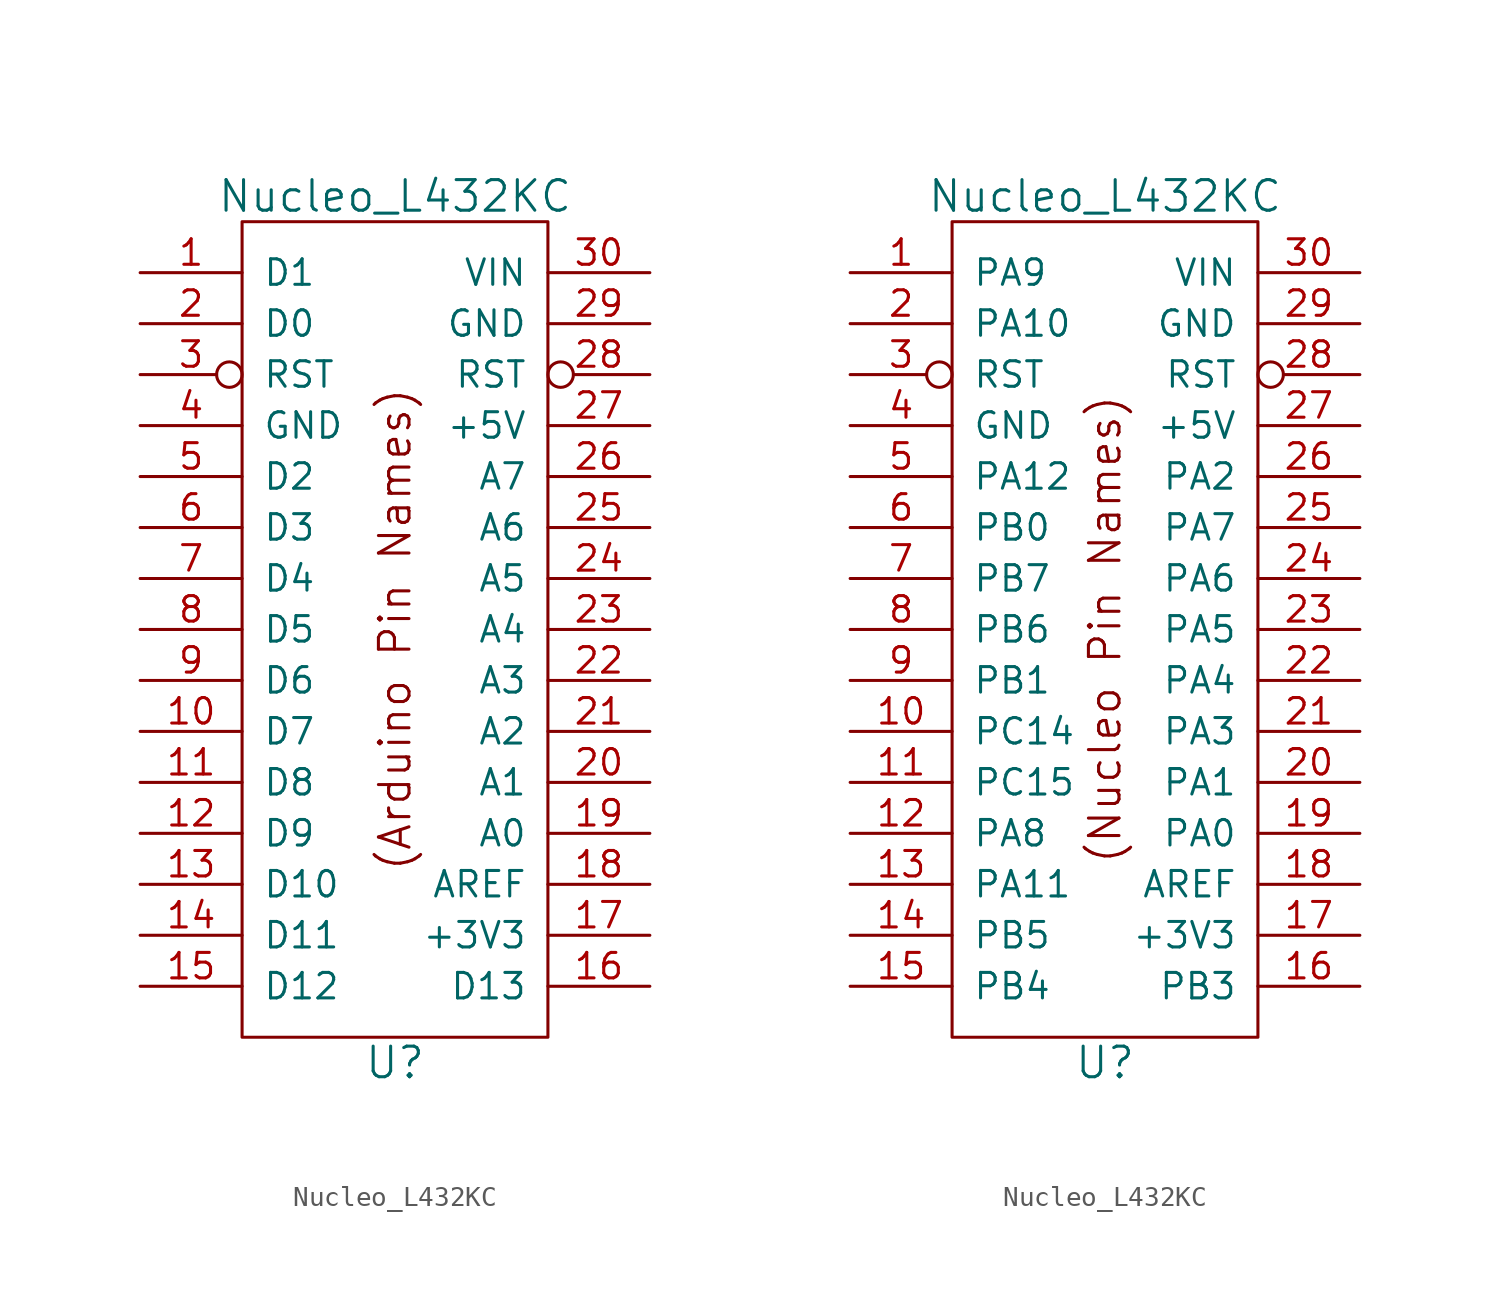
<source format=kicad_sym>
(kicad_symbol_lib
  (version 20231120)
  (generator "kicad_symbol_editor")
  (generator_version "8.0")
  (symbol "Nucleo_L432KC"
    (pin_names
      (offset 1.016))
    (property "Reference" "U"
      (at 0 -21.59 0)
      (effects (font (size 1.524 1.524))))
    (property "Value" "Nucleo_L432KC"
      (at 0 21.59 0)
      (effects (font (size 1.524 1.524))))
    (symbol "Nucleo_L432KC_0_0"
      (rectangle (start -7.62 20.32) (end 7.62 -20.32) (stroke (width 0) (type solid)) (fill (type none))))
    (symbol "Nucleo_L432KC_0_1"
      (text "(Arduino Pin Names)" (at 0 0 900) (effects (font (size 1.524 1.524)))))
    (symbol "Nucleo_L432KC_0_2"
      (text "(Nucleo Pin Names)" (at 0 0 900) (effects (font (size 1.524 1.524)))))
    (symbol "Nucleo_L432KC_1_1"
      (pin bidirectional line (at -12.7 17.78 0) (length 5.08) (name "D1" (effects (font (size 1.27 1.27)))) (number "1" (effects (font (size 1.27 1.27)))))
      (pin bidirectional line (at -12.7 -5.08 0) (length 5.08) (name "D7" (effects (font (size 1.27 1.27)))) (number "10" (effects (font (size 1.27 1.27)))))
      (pin bidirectional line (at -12.7 -7.62 0) (length 5.08) (name "D8" (effects (font (size 1.27 1.27)))) (number "11" (effects (font (size 1.27 1.27)))))
      (pin bidirectional line (at -12.7 -10.16 0) (length 5.08) (name "D9" (effects (font (size 1.27 1.27)))) (number "12" (effects (font (size 1.27 1.27)))))
      (pin bidirectional line (at -12.7 -12.7 0) (length 5.08) (name "D10" (effects (font (size 1.27 1.27)))) (number "13" (effects (font (size 1.27 1.27)))))
      (pin bidirectional line (at -12.7 -15.24 0) (length 5.08) (name "D11" (effects (font (size 1.27 1.27)))) (number "14" (effects (font (size 1.27 1.27)))))
      (pin bidirectional line (at -12.7 -17.78 0) (length 5.08) (name "D12" (effects (font (size 1.27 1.27)))) (number "15" (effects (font (size 1.27 1.27)))))
      (pin bidirectional line (at 12.7 -17.78 180) (length 5.08) (name "D13" (effects (font (size 1.27 1.27)))) (number "16" (effects (font (size 1.27 1.27)))))
      (pin power_out line (at 12.7 -15.24 180) (length 5.08) (name "+3V3" (effects (font (size 1.27 1.27)))) (number "17" (effects (font (size 1.27 1.27)))))
      (pin input line (at 12.7 -12.7 180) (length 5.08) (name "AREF" (effects (font (size 1.27 1.27)))) (number "18" (effects (font (size 1.27 1.27)))))
      (pin bidirectional line (at 12.7 -10.16 180) (length 5.08) (name "A0" (effects (font (size 1.27 1.27)))) (number "19" (effects (font (size 1.27 1.27)))))
      (pin bidirectional line (at -12.7 15.24 0) (length 5.08) (name "D0" (effects (font (size 1.27 1.27)))) (number "2" (effects (font (size 1.27 1.27)))))
      (pin bidirectional line (at 12.7 -7.62 180) (length 5.08) (name "A1" (effects (font (size 1.27 1.27)))) (number "20" (effects (font (size 1.27 1.27)))))
      (pin bidirectional line (at 12.7 -5.08 180) (length 5.08) (name "A2" (effects (font (size 1.27 1.27)))) (number "21" (effects (font (size 1.27 1.27)))))
      (pin bidirectional line (at 12.7 -2.54 180) (length 5.08) (name "A3" (effects (font (size 1.27 1.27)))) (number "22" (effects (font (size 1.27 1.27)))))
      (pin bidirectional line (at 12.7 0 180) (length 5.08) (name "A4" (effects (font (size 1.27 1.27)))) (number "23" (effects (font (size 1.27 1.27)))))
      (pin bidirectional line (at 12.7 2.54 180) (length 5.08) (name "A5" (effects (font (size 1.27 1.27)))) (number "24" (effects (font (size 1.27 1.27)))))
      (pin bidirectional line (at 12.7 5.08 180) (length 5.08) (name "A6" (effects (font (size 1.27 1.27)))) (number "25" (effects (font (size 1.27 1.27)))))
      (pin bidirectional line (at 12.7 7.62 180) (length 5.08) (name "A7" (effects (font (size 1.27 1.27)))) (number "26" (effects (font (size 1.27 1.27)))))
      (pin power_out line (at 12.7 10.16 180) (length 5.08) (name "+5V" (effects (font (size 1.27 1.27)))) (number "27" (effects (font (size 1.27 1.27)))))
      (pin input inverted (at 12.7 12.7 180) (length 5.08) (name "RST" (effects (font (size 1.27 1.27)))) (number "28" (effects (font (size 1.27 1.27)))))
      (pin power_in line (at 12.7 15.24 180) (length 5.08) (name "GND" (effects (font (size 1.27 1.27)))) (number "29" (effects (font (size 1.27 1.27)))))
      (pin input inverted (at -12.7 12.7 0) (length 5.08) (name "RST" (effects (font (size 1.27 1.27)))) (number "3" (effects (font (size 1.27 1.27)))))
      (pin power_in line (at 12.7 17.78 180) (length 5.08) (name "VIN" (effects (font (size 1.27 1.27)))) (number "30" (effects (font (size 1.27 1.27)))))
      (pin power_in line (at -12.7 10.16 0) (length 5.08) (name "GND" (effects (font (size 1.27 1.27)))) (number "4" (effects (font (size 1.27 1.27)))))
      (pin bidirectional line (at -12.7 7.62 0) (length 5.08) (name "D2" (effects (font (size 1.27 1.27)))) (number "5" (effects (font (size 1.27 1.27)))))
      (pin bidirectional line (at -12.7 5.08 0) (length 5.08) (name "D3" (effects (font (size 1.27 1.27)))) (number "6" (effects (font (size 1.27 1.27)))))
      (pin bidirectional line (at -12.7 2.54 0) (length 5.08) (name "D4" (effects (font (size 1.27 1.27)))) (number "7" (effects (font (size 1.27 1.27)))))
      (pin bidirectional line (at -12.7 0 0) (length 5.08) (name "D5" (effects (font (size 1.27 1.27)))) (number "8" (effects (font (size 1.27 1.27)))))
      (pin bidirectional line (at -12.7 -2.54 0) (length 5.08) (name "D6" (effects (font (size 1.27 1.27)))) (number "9" (effects (font (size 1.27 1.27))))))
    (symbol "Nucleo_L432KC_1_2"
      (pin bidirectional line (at -12.7 17.78 0) (length 5.08) (name "PA9" (effects (font (size 1.27 1.27)))) (number "1" (effects (font (size 1.27 1.27)))))
      (pin bidirectional line (at -12.7 -5.08 0) (length 5.08) (name "PC14" (effects (font (size 1.27 1.27)))) (number "10" (effects (font (size 1.27 1.27)))))
      (pin bidirectional line (at -12.7 -7.62 0) (length 5.08) (name "PC15" (effects (font (size 1.27 1.27)))) (number "11" (effects (font (size 1.27 1.27)))))
      (pin bidirectional line (at -12.7 -10.16 0) (length 5.08) (name "PA8" (effects (font (size 1.27 1.27)))) (number "12" (effects (font (size 1.27 1.27)))))
      (pin bidirectional line (at -12.7 -12.7 0) (length 5.08) (name "PA11" (effects (font (size 1.27 1.27)))) (number "13" (effects (font (size 1.27 1.27)))))
      (pin bidirectional line (at -12.7 -15.24 0) (length 5.08) (name "PB5" (effects (font (size 1.27 1.27)))) (number "14" (effects (font (size 1.27 1.27)))))
      (pin bidirectional line (at -12.7 -17.78 0) (length 5.08) (name "PB4" (effects (font (size 1.27 1.27)))) (number "15" (effects (font (size 1.27 1.27)))))
      (pin bidirectional line (at 12.7 -17.78 180) (length 5.08) (name "PB3" (effects (font (size 1.27 1.27)))) (number "16" (effects (font (size 1.27 1.27)))))
      (pin power_out line (at 12.7 -15.24 180) (length 5.08) (name "+3V3" (effects (font (size 1.27 1.27)))) (number "17" (effects (font (size 1.27 1.27)))))
      (pin input line (at 12.7 -12.7 180) (length 5.08) (name "AREF" (effects (font (size 1.27 1.27)))) (number "18" (effects (font (size 1.27 1.27)))))
      (pin bidirectional line (at 12.7 -10.16 180) (length 5.08) (name "PA0" (effects (font (size 1.27 1.27)))) (number "19" (effects (font (size 1.27 1.27)))))
      (pin bidirectional line (at -12.7 15.24 0) (length 5.08) (name "PA10" (effects (font (size 1.27 1.27)))) (number "2" (effects (font (size 1.27 1.27)))))
      (pin bidirectional line (at 12.7 -7.62 180) (length 5.08) (name "PA1" (effects (font (size 1.27 1.27)))) (number "20" (effects (font (size 1.27 1.27)))))
      (pin bidirectional line (at 12.7 -5.08 180) (length 5.08) (name "PA3" (effects (font (size 1.27 1.27)))) (number "21" (effects (font (size 1.27 1.27)))))
      (pin bidirectional line (at 12.7 -2.54 180) (length 5.08) (name "PA4" (effects (font (size 1.27 1.27)))) (number "22" (effects (font (size 1.27 1.27)))))
      (pin bidirectional line (at 12.7 0 180) (length 5.08) (name "PA5" (effects (font (size 1.27 1.27)))) (number "23" (effects (font (size 1.27 1.27)))))
      (pin bidirectional line (at 12.7 2.54 180) (length 5.08) (name "PA6" (effects (font (size 1.27 1.27)))) (number "24" (effects (font (size 1.27 1.27)))))
      (pin bidirectional line (at 12.7 5.08 180) (length 5.08) (name "PA7" (effects (font (size 1.27 1.27)))) (number "25" (effects (font (size 1.27 1.27)))))
      (pin bidirectional line (at 12.7 7.62 180) (length 5.08) (name "PA2" (effects (font (size 1.27 1.27)))) (number "26" (effects (font (size 1.27 1.27)))))
      (pin power_out line (at 12.7 10.16 180) (length 5.08) (name "+5V" (effects (font (size 1.27 1.27)))) (number "27" (effects (font (size 1.27 1.27)))))
      (pin input inverted (at 12.7 12.7 180) (length 5.08) (name "RST" (effects (font (size 1.27 1.27)))) (number "28" (effects (font (size 1.27 1.27)))))
      (pin power_in line (at 12.7 15.24 180) (length 5.08) (name "GND" (effects (font (size 1.27 1.27)))) (number "29" (effects (font (size 1.27 1.27)))))
      (pin input inverted (at -12.7 12.7 0) (length 5.08) (name "RST" (effects (font (size 1.27 1.27)))) (number "3" (effects (font (size 1.27 1.27)))))
      (pin power_in line (at 12.7 17.78 180) (length 5.08) (name "VIN" (effects (font (size 1.27 1.27)))) (number "30" (effects (font (size 1.27 1.27)))))
      (pin power_in line (at -12.7 10.16 0) (length 5.08) (name "GND" (effects (font (size 1.27 1.27)))) (number "4" (effects (font (size 1.27 1.27)))))
      (pin bidirectional line (at -12.7 7.62 0) (length 5.08) (name "PA12" (effects (font (size 1.27 1.27)))) (number "5" (effects (font (size 1.27 1.27)))))
      (pin bidirectional line (at -12.7 5.08 0) (length 5.08) (name "PB0" (effects (font (size 1.27 1.27)))) (number "6" (effects (font (size 1.27 1.27)))))
      (pin bidirectional line (at -12.7 2.54 0) (length 5.08) (name "PB7" (effects (font (size 1.27 1.27)))) (number "7" (effects (font (size 1.27 1.27)))))
      (pin bidirectional line (at -12.7 0 0) (length 5.08) (name "PB6" (effects (font (size 1.27 1.27)))) (number "8" (effects (font (size 1.27 1.27)))))
      (pin bidirectional line (at -12.7 -2.54 0) (length 5.08) (name "PB1" (effects (font (size 1.27 1.27)))) (number "9" (effects (font (size 1.27 1.27))))))))
</source>
